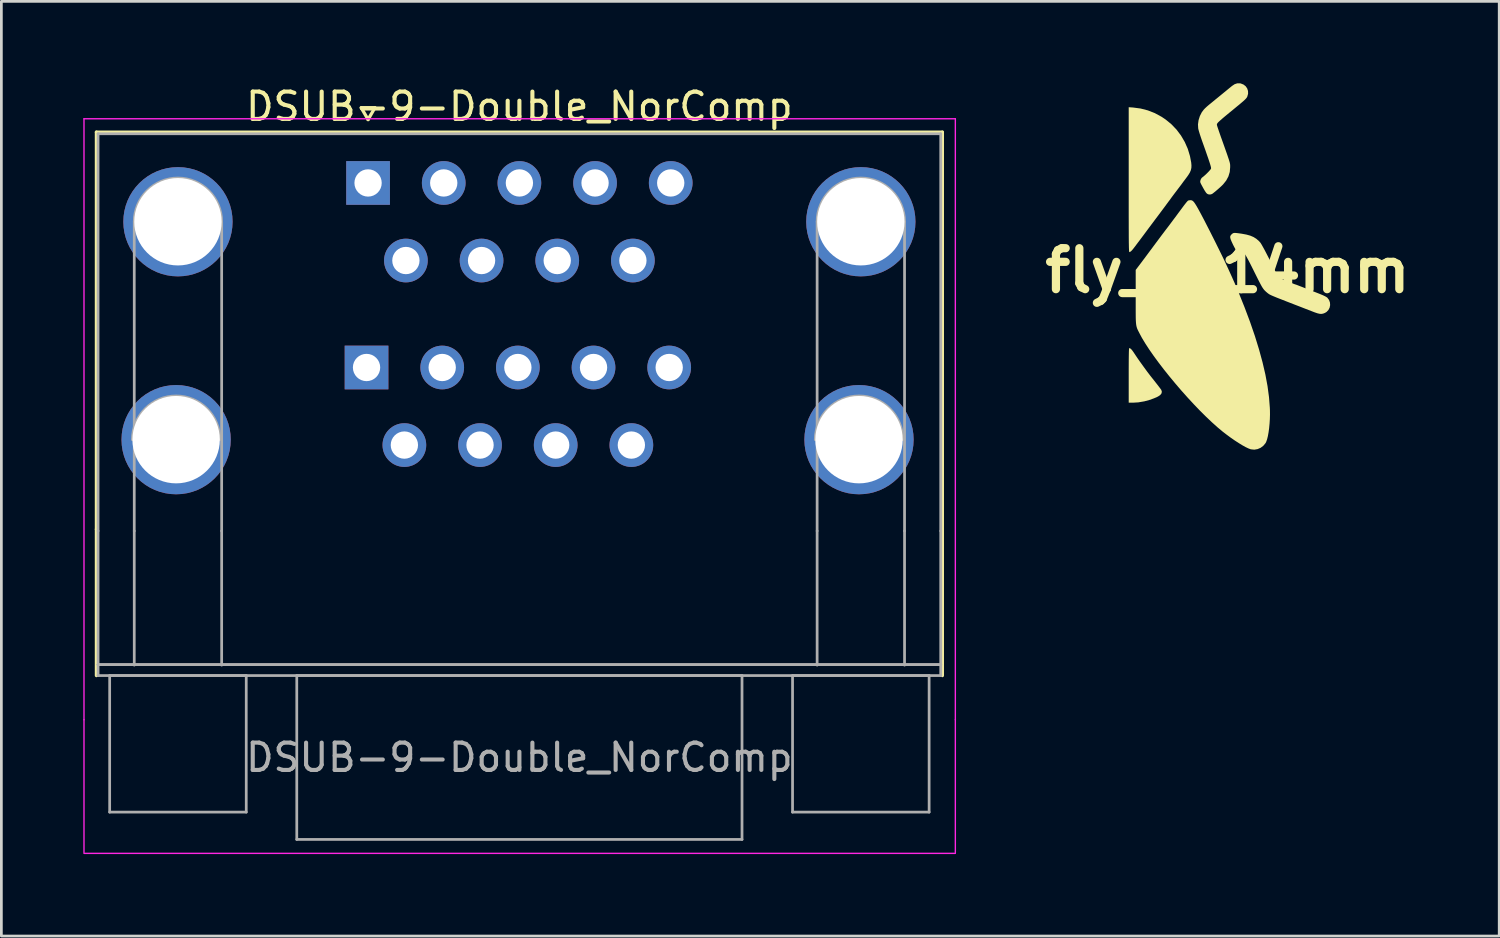
<source format=kicad_pcb>
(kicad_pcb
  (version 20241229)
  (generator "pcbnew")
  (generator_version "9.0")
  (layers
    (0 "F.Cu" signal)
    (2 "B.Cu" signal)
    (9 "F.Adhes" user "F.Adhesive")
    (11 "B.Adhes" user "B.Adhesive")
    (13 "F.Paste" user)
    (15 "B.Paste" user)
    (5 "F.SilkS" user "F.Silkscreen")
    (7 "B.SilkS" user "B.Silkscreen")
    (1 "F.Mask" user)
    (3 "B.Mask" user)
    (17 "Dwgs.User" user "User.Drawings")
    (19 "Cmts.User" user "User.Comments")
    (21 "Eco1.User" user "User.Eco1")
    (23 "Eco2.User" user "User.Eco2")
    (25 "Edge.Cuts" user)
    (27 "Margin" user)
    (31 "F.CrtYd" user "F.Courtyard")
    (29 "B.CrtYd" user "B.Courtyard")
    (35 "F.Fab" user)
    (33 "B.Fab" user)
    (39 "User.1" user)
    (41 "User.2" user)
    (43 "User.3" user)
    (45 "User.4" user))
  (footprint "fly_E_14mm"
    (layer "F.Cu")
    (at 41.893 6.858)
    (property "Reference" "fly_E_14mm" (at 0 0 0) (layer "F.SilkS") (effects (font (size 1.5 1.5) (thickness 0.3))))
    (attr board_only exclude_from_pos_files exclude_from_bom)
    (fp_poly (pts (xy -3.573 2.843) (xy -3.539 2.867) (xy -3.499 2.911) (xy -3.449 2.98) (xy -3.406 3.045) (xy -3.356 3.12) (xy -3.293 3.213) (xy -3.222 3.315) (xy -3.149 3.416) (xy -3.106 3.476) (xy -3.043 3.563) (xy -2.992 3.633) (xy -2.949 3.692) (xy -2.909 3.744) (xy -2.869 3.797) (xy -2.824 3.856) (xy -2.769 3.925) (xy -2.7 4.012) (xy -2.638 4.091) (xy -2.575 4.171) (xy -2.519 4.244) (xy -2.473 4.304) (xy -2.441 4.348) (xy -2.428 4.367) (xy -2.408 4.432) (xy -2.42 4.493) (xy -2.464 4.55) (xy -2.541 4.604) (xy -2.61 4.639) (xy -2.825 4.724) (xy -3.049 4.785) (xy -3.273 4.823) (xy -3.463 4.834) (xy -3.621 4.834) (xy -3.621 3.835) (xy -3.621 3.6) (xy -3.62 3.399) (xy -3.619 3.23) (xy -3.617 3.092) (xy -3.615 2.985) (xy -3.612 2.907) (xy -3.608 2.858) (xy -3.604 2.837) (xy -3.603 2.836)) (stroke (width 0) (type solid)) (fill yes) (layer "F.SilkS"))
    (fp_poly (pts (xy -3.463 -5.972) (xy -3.185 -5.935) (xy -2.919 -5.866) (xy -2.664 -5.766) (xy -2.419 -5.633) (xy -2.273 -5.535) (xy -2.061 -5.362) (xy -1.872 -5.165) (xy -1.707 -4.946) (xy -1.569 -4.71) (xy -1.458 -4.458) (xy -1.378 -4.193) (xy -1.333 -3.957) (xy -1.324 -3.853) (xy -1.327 -3.763) (xy -1.346 -3.678) (xy -1.382 -3.593) (xy -1.439 -3.499) (xy -1.518 -3.39) (xy -1.525 -3.381) (xy -1.573 -3.318) (xy -1.615 -3.262) (xy -1.646 -3.22) (xy -1.657 -3.204) (xy -1.676 -3.179) (xy -1.711 -3.131) (xy -1.759 -3.068) (xy -1.816 -2.993) (xy -1.862 -2.932) (xy -1.923 -2.852) (xy -1.978 -2.779) (xy -2.023 -2.719) (xy -2.054 -2.677) (xy -2.067 -2.659) (xy -2.084 -2.635) (xy -2.119 -2.587) (xy -2.168 -2.522) (xy -2.227 -2.442) (xy -2.293 -2.352) (xy -2.363 -2.258) (xy -2.434 -2.163) (xy -2.502 -2.072) (xy -2.564 -1.989) (xy -2.617 -1.919) (xy -2.647 -1.879) (xy -2.682 -1.832) (xy -2.733 -1.764) (xy -2.796 -1.68) (xy -2.867 -1.585) (xy -2.941 -1.486) (xy -2.972 -1.443) (xy -3.043 -1.348) (xy -3.11 -1.258) (xy -3.169 -1.179) (xy -3.216 -1.116) (xy -3.249 -1.072) (xy -3.259 -1.059) (xy -3.291 -1.018) (xy -3.335 -0.959) (xy -3.383 -0.894) (xy -3.401 -0.871) (xy -3.461 -0.793) (xy -3.507 -0.739) (xy -3.544 -0.704) (xy -3.578 -0.683) (xy -3.591 -0.678) (xy -3.595 -0.678) (xy -3.599 -0.681) (xy -3.602 -0.69) (xy -3.605 -0.705) (xy -3.608 -0.729) (xy -3.61 -0.762) (xy -3.612 -0.807) (xy -3.614 -0.865) (xy -3.615 -0.938) (xy -3.617 -1.027) (xy -3.618 -1.133) (xy -3.619 -1.259) (xy -3.619 -1.406) (xy -3.62 -1.575) (xy -3.62 -1.768) (xy -3.621 -1.986) (xy -3.621 -2.232) (xy -3.621 -2.507) (xy -3.621 -2.811) (xy -3.621 -3.148) (xy -3.621 -3.325) (xy -3.621 -5.983)) (stroke (width 0) (type solid)) (fill yes) (layer "F.SilkS"))
    (fp_poly (pts (xy 0.335 -1.376) (xy 0.416 -1.366) (xy 0.521 -1.351) (xy 0.689 -1.32) (xy 0.829 -1.281) (xy 0.948 -1.23) (xy 1.052 -1.165) (xy 1.146 -1.083) (xy 1.194 -1.031) (xy 1.218 -0.997) (xy 1.254 -0.937) (xy 1.3 -0.854) (xy 1.356 -0.752) (xy 1.417 -0.635) (xy 1.483 -0.507) (xy 1.551 -0.373) (xy 1.62 -0.235) (xy 1.687 -0.099) (xy 1.749 0.032) (xy 1.796 0.132) (xy 1.827 0.19) (xy 1.859 0.238) (xy 1.883 0.263) (xy 1.908 0.275) (xy 1.957 0.297) (xy 2.024 0.325) (xy 2.104 0.358) (xy 2.19 0.393) (xy 2.276 0.428) (xy 2.357 0.459) (xy 2.425 0.486) (xy 2.475 0.504) (xy 2.5 0.512) (xy 2.502 0.512) (xy 2.519 0.518) (xy 2.564 0.535) (xy 2.63 0.561) (xy 2.714 0.593) (xy 2.811 0.631) (xy 2.839 0.642) (xy 2.957 0.689) (xy 3.081 0.737) (xy 3.201 0.785) (xy 3.308 0.827) (xy 3.384 0.857) (xy 3.494 0.903) (xy 3.58 0.945) (xy 3.637 0.98) (xy 3.652 0.993) (xy 3.713 1.074) (xy 3.746 1.166) (xy 3.753 1.262) (xy 3.734 1.356) (xy 3.69 1.441) (xy 3.623 1.511) (xy 3.564 1.547) (xy 3.5 1.572) (xy 3.438 1.584) (xy 3.372 1.581) (xy 3.293 1.563) (xy 3.195 1.53) (xy 3.152 1.514) (xy 3.07 1.482) (xy 2.967 1.442) (xy 2.852 1.398) (xy 2.737 1.353) (xy 2.673 1.328) (xy 2.46 1.246) (xy 2.275 1.174) (xy 2.118 1.113) (xy 1.986 1.061) (xy 1.876 1.018) (xy 1.785 0.982) (xy 1.713 0.952) (xy 1.655 0.928) (xy 1.61 0.908) (xy 1.575 0.892) (xy 1.548 0.878) (xy 1.526 0.866) (xy 1.514 0.859) (xy 1.465 0.823) (xy 1.406 0.773) (xy 1.356 0.725) (xy 1.332 0.698) (xy 1.308 0.667) (xy 1.281 0.628) (xy 1.25 0.578) (xy 1.214 0.513) (xy 1.171 0.431) (xy 1.118 0.328) (xy 1.054 0.2) (xy 0.977 0.046) (xy 0.969 0.029) (xy 0.88 -0.149) (xy 0.805 -0.297) (xy 0.743 -0.415) (xy 0.694 -0.505) (xy 0.658 -0.566) (xy 0.634 -0.599) (xy 0.627 -0.606) (xy 0.587 -0.624) (xy 0.528 -0.641) (xy 0.485 -0.649) (xy 0.423 -0.663) (xy 0.37 -0.682) (xy 0.346 -0.696) (xy 0.325 -0.722) (xy 0.293 -0.772) (xy 0.255 -0.841) (xy 0.213 -0.921) (xy 0.195 -0.957) (xy 0.147 -1.06) (xy 0.114 -1.139) (xy 0.097 -1.198) (xy 0.094 -1.244) (xy 0.106 -1.281) (xy 0.132 -1.315) (xy 0.154 -1.337) (xy 0.179 -1.357) (xy 0.203 -1.372) (xy 0.234 -1.379) (xy 0.276 -1.381)) (stroke (width 0) (type solid)) (fill yes) (layer "F.SilkS"))
    (fp_poly (pts (xy 0.481 -6.852) (xy 0.581 -6.813) (xy 0.661 -6.751) (xy 0.717 -6.67) (xy 0.747 -6.576) (xy 0.749 -6.475) (xy 0.72 -6.371) (xy 0.716 -6.363) (xy 0.699 -6.333) (xy 0.672 -6.299) (xy 0.633 -6.259) (xy 0.577 -6.207) (xy 0.502 -6.143) (xy 0.405 -6.061) (xy 0.372 -6.035) (xy 0.211 -5.902) (xy 0.074 -5.79) (xy -0.041 -5.695) (xy -0.135 -5.617) (xy -0.21 -5.553) (xy -0.269 -5.501) (xy -0.314 -5.46) (xy -0.347 -5.428) (xy -0.369 -5.403) (xy -0.382 -5.383) (xy -0.39 -5.366) (xy -0.392 -5.351) (xy -0.393 -5.337) (xy -0.387 -5.314) (xy -0.372 -5.263) (xy -0.347 -5.189) (xy -0.316 -5.097) (xy -0.279 -4.99) (xy -0.238 -4.873) (xy -0.237 -4.871) (xy -0.167 -4.675) (xy -0.108 -4.509) (xy -0.059 -4.37) (xy -0.018 -4.254) (xy 0.014 -4.159) (xy 0.04 -4.083) (xy 0.059 -4.022) (xy 0.074 -3.973) (xy 0.083 -3.933) (xy 0.089 -3.901) (xy 0.092 -3.873) (xy 0.093 -3.845) (xy 0.093 -3.817) (xy 0.093 -3.784) (xy 0.078 -3.612) (xy 0.029 -3.45) (xy -0.052 -3.298) (xy -0.166 -3.156) (xy -0.21 -3.112) (xy -0.278 -3.049) (xy -0.351 -2.984) (xy -0.423 -2.922) (xy -0.489 -2.868) (xy -0.541 -2.827) (xy -0.575 -2.804) (xy -0.575 -2.804) (xy -0.643 -2.786) (xy -0.713 -2.795) (xy -0.756 -2.819) (xy -0.79 -2.855) (xy -0.835 -2.922) (xy -0.891 -3.019) (xy -0.958 -3.142) (xy -0.979 -3.183) (xy -1 -3.231) (xy -1.003 -3.27) (xy -0.993 -3.314) (xy -0.971 -3.364) (xy -0.943 -3.401) (xy -0.938 -3.405) (xy -0.885 -3.446) (xy -0.824 -3.499) (xy -0.761 -3.558) (xy -0.702 -3.618) (xy -0.653 -3.672) (xy -0.619 -3.714) (xy -0.607 -3.737) (xy -0.606 -3.753) (xy -0.609 -3.778) (xy -0.617 -3.814) (xy -0.63 -3.863) (xy -0.65 -3.928) (xy -0.677 -4.01) (xy -0.711 -4.113) (xy -0.755 -4.238) (xy -0.807 -4.389) (xy -0.87 -4.567) (xy -0.944 -4.774) (xy -0.947 -4.783) (xy -0.983 -4.889) (xy -1.017 -4.992) (xy -1.045 -5.084) (xy -1.066 -5.159) (xy -1.077 -5.207) (xy -1.085 -5.355) (xy -1.064 -5.507) (xy -1.017 -5.657) (xy -0.947 -5.796) (xy -0.873 -5.895) (xy -0.827 -5.943) (xy -0.765 -6.001) (xy -0.699 -6.058) (xy -0.68 -6.074) (xy -0.624 -6.119) (xy -0.547 -6.182) (xy -0.454 -6.259) (xy -0.349 -6.344) (xy -0.239 -6.434) (xy -0.128 -6.525) (xy -0.021 -6.613) (xy 0.009 -6.637) (xy 0.062 -6.681) (xy 0.124 -6.731) (xy 0.16 -6.761) (xy 0.256 -6.825) (xy 0.351 -6.857) (xy 0.449 -6.858)) (stroke (width 0) (type solid)) (fill yes) (layer "F.SilkS"))
    (fp_poly (pts (xy -1.323 -2.576) (xy -1.292 -2.563) (xy -1.259 -2.538) (xy -1.224 -2.498) (xy -1.183 -2.439) (xy -1.133 -2.358) (xy -1.074 -2.253) (xy -1.008 -2.133) (xy -0.939 -2.003) (xy -0.858 -1.849) (xy -0.77 -1.677) (xy -0.675 -1.492) (xy -0.577 -1.298) (xy -0.478 -1.101) (xy -0.381 -0.906) (xy -0.288 -0.717) (xy -0.201 -0.54) (xy -0.124 -0.38) (xy -0.059 -0.242) (xy -0.022 -0.162) (xy 0.046 -0.015) (xy 0.101 0.107) (xy 0.147 0.208) (xy 0.185 0.293) (xy 0.218 0.367) (xy 0.249 0.436) (xy 0.278 0.504) (xy 0.309 0.578) (xy 0.344 0.661) (xy 0.385 0.759) (xy 0.393 0.777) (xy 0.619 1.339) (xy 0.821 1.877) (xy 0.998 2.392) (xy 1.15 2.885) (xy 1.278 3.355) (xy 1.382 3.802) (xy 1.461 4.228) (xy 1.515 4.632) (xy 1.545 5.014) (xy 1.549 5.099) (xy 1.551 5.267) (xy 1.546 5.438) (xy 1.535 5.608) (xy 1.519 5.772) (xy 1.498 5.925) (xy 1.473 6.062) (xy 1.444 6.178) (xy 1.412 6.268) (xy 1.39 6.312) (xy 1.308 6.411) (xy 1.208 6.486) (xy 1.096 6.534) (xy 0.976 6.554) (xy 0.856 6.542) (xy 0.836 6.537) (xy 0.757 6.507) (xy 0.655 6.458) (xy 0.535 6.391) (xy 0.403 6.31) (xy 0.26 6.217) (xy 0.113 6.115) (xy -0.036 6.005) (xy -0.179 5.895) (xy -0.374 5.732) (xy -0.58 5.547) (xy -0.795 5.343) (xy -1.017 5.122) (xy -1.242 4.888) (xy -1.468 4.643) (xy -1.693 4.391) (xy -1.913 4.134) (xy -2.128 3.875) (xy -2.333 3.619) (xy -2.527 3.366) (xy -2.707 3.121) (xy -2.87 2.887) (xy -3.014 2.666) (xy -3.137 2.462) (xy -3.217 2.313) (xy -3.247 2.254) (xy -3.273 2.204) (xy -3.295 2.159) (xy -3.313 2.116) (xy -3.327 2.073) (xy -3.339 2.026) (xy -3.348 1.972) (xy -3.355 1.907) (xy -3.36 1.83) (xy -3.363 1.736) (xy -3.364 1.623) (xy -3.365 1.487) (xy -3.365 1.326) (xy -3.365 1.136) (xy -3.365 0.974) (xy -3.365 -0.026) (xy -3.215 -0.223) (xy -3.17 -0.283) (xy -3.132 -0.333) (xy -3.1 -0.377) (xy -3.069 -0.418) (xy -3.036 -0.461) (xy -2.999 -0.512) (xy -2.953 -0.573) (xy -2.897 -0.649) (xy -2.826 -0.744) (xy -2.75 -0.846) (xy -2.618 -1.024) (xy -2.505 -1.175) (xy -2.412 -1.3) (xy -2.336 -1.4) (xy -2.279 -1.476) (xy -2.239 -1.528) (xy -2.225 -1.546) (xy -2.203 -1.575) (xy -2.164 -1.626) (xy -2.112 -1.695) (xy -2.051 -1.777) (xy -1.984 -1.867) (xy -1.959 -1.9) (xy -1.883 -2.002) (xy -1.805 -2.108) (xy -1.729 -2.209) (xy -1.663 -2.299) (xy -1.61 -2.37) (xy -1.606 -2.376) (xy -1.554 -2.443) (xy -1.508 -2.501) (xy -1.471 -2.543) (xy -1.449 -2.563) (xy -1.449 -2.564) (xy -1.413 -2.574) (xy -1.363 -2.579) (xy -1.357 -2.579)) (stroke (width 0) (type solid)) (fill yes) (layer "F.SilkS")))
  (footprint "DSUB-9-Double_NorComp"
    (layer "F.Cu")
    (at 10.425 3.648)
    (property "Reference" "DSUB-9-Double_NorComp" (at 5.54 -2.8 0) (layer "F.SilkS") (effects (font (size 1 1) (thickness 0.15))))
    (attr through_hole)
    (fp_line (start -9.945 -1.86) (end 21.025 -1.86) (stroke (width 0.12) (type solid)) (layer "F.SilkS"))
    (fp_line (start -9.945 12.68) (end -9.945 -1.86) (stroke (width 0.12) (type solid)) (layer "F.SilkS"))
    (fp_line (start -9.945 12.68) (end -9.945 18.034) (stroke (width 0.12) (type default)) (layer "F.SilkS"))
    (fp_line (start -0.25 -2.754) (end 0.25 -2.754) (stroke (width 0.12) (type solid)) (layer "F.SilkS"))
    (fp_line (start 0 -2.321) (end -0.25 -2.754) (stroke (width 0.12) (type solid)) (layer "F.SilkS"))
    (fp_line (start 0.25 -2.754) (end 0 -2.321) (stroke (width 0.12) (type solid)) (layer "F.SilkS"))
    (fp_line (start 21.025 -1.86) (end 21.025 12.68) (stroke (width 0.12) (type solid)) (layer "F.SilkS"))
    (fp_line (start 21.025 12.68) (end 21.025 17.526) (stroke (width 0.12) (type default)) (layer "F.SilkS"))
    (fp_line (start 21.025 17.526) (end 21.025 18.034) (stroke (width 0.12) (type default)) (layer "F.SilkS"))
    (fp_line (start -10.4 -2.35) (end -10.4 19.65) (stroke (width 0.05) (type solid)) (layer "F.CrtYd"))
    (fp_line (start -10.4 19.65) (end -10.4 24.511) (stroke (width 0.05) (type default)) (layer "F.CrtYd"))
    (fp_line (start -10.4 24.544) (end 21.5 24.544) (stroke (width 0.05) (type solid)) (layer "F.CrtYd"))
    (fp_line (start 21.5 -2.35) (end -10.4 -2.35) (stroke (width 0.05) (type solid)) (layer "F.CrtYd"))
    (fp_line (start 21.5 19.65) (end 21.5 -2.35) (stroke (width 0.05) (type solid)) (layer "F.CrtYd"))
    (fp_line (start 21.5 19.65) (end 21.5 24.511) (stroke (width 0.05) (type default)) (layer "F.CrtYd"))
    (fp_line (start -9.885 -1.8) (end -9.885 12.74) (stroke (width 0.1) (type solid)) (layer "F.Fab"))
    (fp_line (start -9.885 12.74) (end -9.885 17.634) (stroke (width 0.1) (type default)) (layer "F.Fab"))
    (fp_line (start -9.885 17.634) (end -9.885 18.034) (stroke (width 0.1) (type solid)) (layer "F.Fab"))
    (fp_line (start -9.885 17.634) (end 20.965 17.634) (stroke (width 0.1) (type solid)) (layer "F.Fab"))
    (fp_line (start -9.885 18.034) (end 20.965 18.034) (stroke (width 0.1) (type solid)) (layer "F.Fab"))
    (fp_line (start -9.46 18.034) (end -9.46 23.034) (stroke (width 0.1) (type solid)) (layer "F.Fab"))
    (fp_line (start -9.46 23.034) (end -4.46 23.034) (stroke (width 0.1) (type solid)) (layer "F.Fab"))
    (fp_line (start -8.56 12.74) (end -8.56 1.42) (stroke (width 0.1) (type solid)) (layer "F.Fab"))
    (fp_line (start -8.56 12.74) (end -8.56 17.653) (stroke (width 0.1) (type default)) (layer "F.Fab"))
    (fp_line (start -5.36 12.74) (end -5.36 1.42) (stroke (width 0.1) (type solid)) (layer "F.Fab"))
    (fp_line (start -5.36 12.74) (end -5.36 17.653) (stroke (width 0.1) (type default)) (layer "F.Fab"))
    (fp_line (start -4.46 18.034) (end -9.46 18.034) (stroke (width 0.1) (type solid)) (layer "F.Fab"))
    (fp_line (start -4.46 23.034) (end -4.46 18.034) (stroke (width 0.1) (type solid)) (layer "F.Fab"))
    (fp_line (start -2.61 18.034) (end -2.61 24.034) (stroke (width 0.1) (type solid)) (layer "F.Fab"))
    (fp_line (start -2.61 24.034) (end 13.69 24.034) (stroke (width 0.1) (type solid)) (layer "F.Fab"))
    (fp_line (start 13.69 18.034) (end -2.61 18.034) (stroke (width 0.1) (type solid)) (layer "F.Fab"))
    (fp_line (start 13.69 24.034) (end 13.69 18.034) (stroke (width 0.1) (type solid)) (layer "F.Fab"))
    (fp_line (start 15.54 18.034) (end 15.54 23.034) (stroke (width 0.1) (type solid)) (layer "F.Fab"))
    (fp_line (start 15.54 23.034) (end 20.54 23.034) (stroke (width 0.1) (type solid)) (layer "F.Fab"))
    (fp_line (start 16.44 12.74) (end 16.44 1.42) (stroke (width 0.1) (type solid)) (layer "F.Fab"))
    (fp_line (start 16.44 12.74) (end 16.44 17.653) (stroke (width 0.1) (type default)) (layer "F.Fab"))
    (fp_line (start 19.64 12.74) (end 19.64 1.42) (stroke (width 0.1) (type solid)) (layer "F.Fab"))
    (fp_line (start 19.64 12.74) (end 19.64 17.653) (stroke (width 0.1) (type default)) (layer "F.Fab"))
    (fp_line (start 20.54 18.034) (end 15.54 18.034) (stroke (width 0.1) (type solid)) (layer "F.Fab"))
    (fp_line (start 20.54 23.034) (end 20.54 18.034) (stroke (width 0.1) (type solid)) (layer "F.Fab"))
    (fp_line (start 20.965 -1.8) (end -9.885 -1.8) (stroke (width 0.1) (type solid)) (layer "F.Fab"))
    (fp_line (start 20.965 12.74) (end 20.965 -1.8) (stroke (width 0.1) (type solid)) (layer "F.Fab"))
    (fp_line (start 20.965 12.74) (end 20.965 17.653) (stroke (width 0.1) (type default)) (layer "F.Fab"))
    (fp_line (start 20.965 17.634) (end -9.885 17.634) (stroke (width 0.1) (type solid)) (layer "F.Fab"))
    (fp_line (start 20.965 18.034) (end 20.965 17.634) (stroke (width 0.1) (type solid)) (layer "F.Fab"))
    (fp_arc (start -8.627 9.398) (mid -7.027 7.798) (end -5.427 9.398) (stroke (width 0.1) (type solid)) (layer "F.Fab"))
    (fp_arc (start -8.56 1.42) (mid -6.96 -0.18) (end -5.36 1.42) (stroke (width 0.1) (type solid)) (layer "F.Fab"))
    (fp_arc (start 16.373 9.398) (mid 17.973 7.798) (end 19.573 9.398) (stroke (width 0.1) (type solid)) (layer "F.Fab"))
    (fp_arc (start 16.44 1.42) (mid 18.04 -0.18) (end 19.64 1.42) (stroke (width 0.1) (type solid)) (layer "F.Fab"))
    (fp_text user "${REFERENCE}" (at 5.54 21.034 0) (layer "F.Fab") (effects (font (size 1 1) (thickness 0.15))))
    (pad "0" thru_hole circle (at -7.027 9.398) (size 4 4) (drill 3.2) (layers "*.Cu" "*.Mask"))
    (pad "0" thru_hole circle (at -6.96 1.42) (size 4 4) (drill 3.2) (layers "*.Cu" "*.Mask"))
    (pad "0" thru_hole circle (at 17.973 9.398) (size 4 4) (drill 3.2) (layers "*.Cu" "*.Mask"))
    (pad "0" thru_hole circle (at 18.04 1.42) (size 4 4) (drill 3.2) (layers "*.Cu" "*.Mask"))
    (pad "1" thru_hole rect (at 0 0) (size 1.6 1.6) (drill 1) (layers "*.Cu" "*.Mask"))
    (pad "2" thru_hole circle (at 2.77 0) (size 1.6 1.6) (drill 1) (layers "*.Cu" "*.Mask"))
    (pad "3" thru_hole circle (at 5.54 0) (size 1.6 1.6) (drill 1) (layers "*.Cu" "*.Mask"))
    (pad "4" thru_hole circle (at 8.31 0) (size 1.6 1.6) (drill 1) (layers "*.Cu" "*.Mask"))
    (pad "5" thru_hole circle (at 11.08 0) (size 1.6 1.6) (drill 1) (layers "*.Cu" "*.Mask"))
    (pad "6" thru_hole circle (at 1.385 2.84) (size 1.6 1.6) (drill 1) (layers "*.Cu" "*.Mask"))
    (pad "7" thru_hole circle (at 4.155 2.84) (size 1.6 1.6) (drill 1) (layers "*.Cu" "*.Mask"))
    (pad "8" thru_hole circle (at 6.925 2.84) (size 1.6 1.6) (drill 1) (layers "*.Cu" "*.Mask"))
    (pad "9" thru_hole circle (at 9.695 2.84) (size 1.6 1.6) (drill 1) (layers "*.Cu" "*.Mask"))
    (pad "11" thru_hole rect (at -0.056 6.756) (size 1.6 1.6) (drill 1) (layers "*.Cu" "*.Mask"))
    (pad "12" thru_hole circle (at 2.714 6.756) (size 1.6 1.6) (drill 1) (layers "*.Cu" "*.Mask"))
    (pad "13" thru_hole circle (at 5.484 6.756) (size 1.6 1.6) (drill 1) (layers "*.Cu" "*.Mask"))
    (pad "14" thru_hole circle (at 8.254 6.756) (size 1.6 1.6) (drill 1) (layers "*.Cu" "*.Mask"))
    (pad "15" thru_hole circle (at 11.024 6.756) (size 1.6 1.6) (drill 1) (layers "*.Cu" "*.Mask"))
    (pad "16" thru_hole circle (at 1.329 9.596) (size 1.6 1.6) (drill 1) (layers "*.Cu" "*.Mask"))
    (pad "17" thru_hole circle (at 4.099 9.596) (size 1.6 1.6) (drill 1) (layers "*.Cu" "*.Mask"))
    (pad "18" thru_hole circle (at 6.869 9.596) (size 1.6 1.6) (drill 1) (layers "*.Cu" "*.Mask"))
    (pad "19" thru_hole circle (at 9.639 9.596) (size 1.6 1.6) (drill 1) (layers "*.Cu" "*.Mask")))
  (gr_rect
    (start -3 -3)
    (end 51.836 31.217)
    (stroke (width 0.1) (type default))
    (fill no)
    (layer "Edge.Cuts")))
</source>
